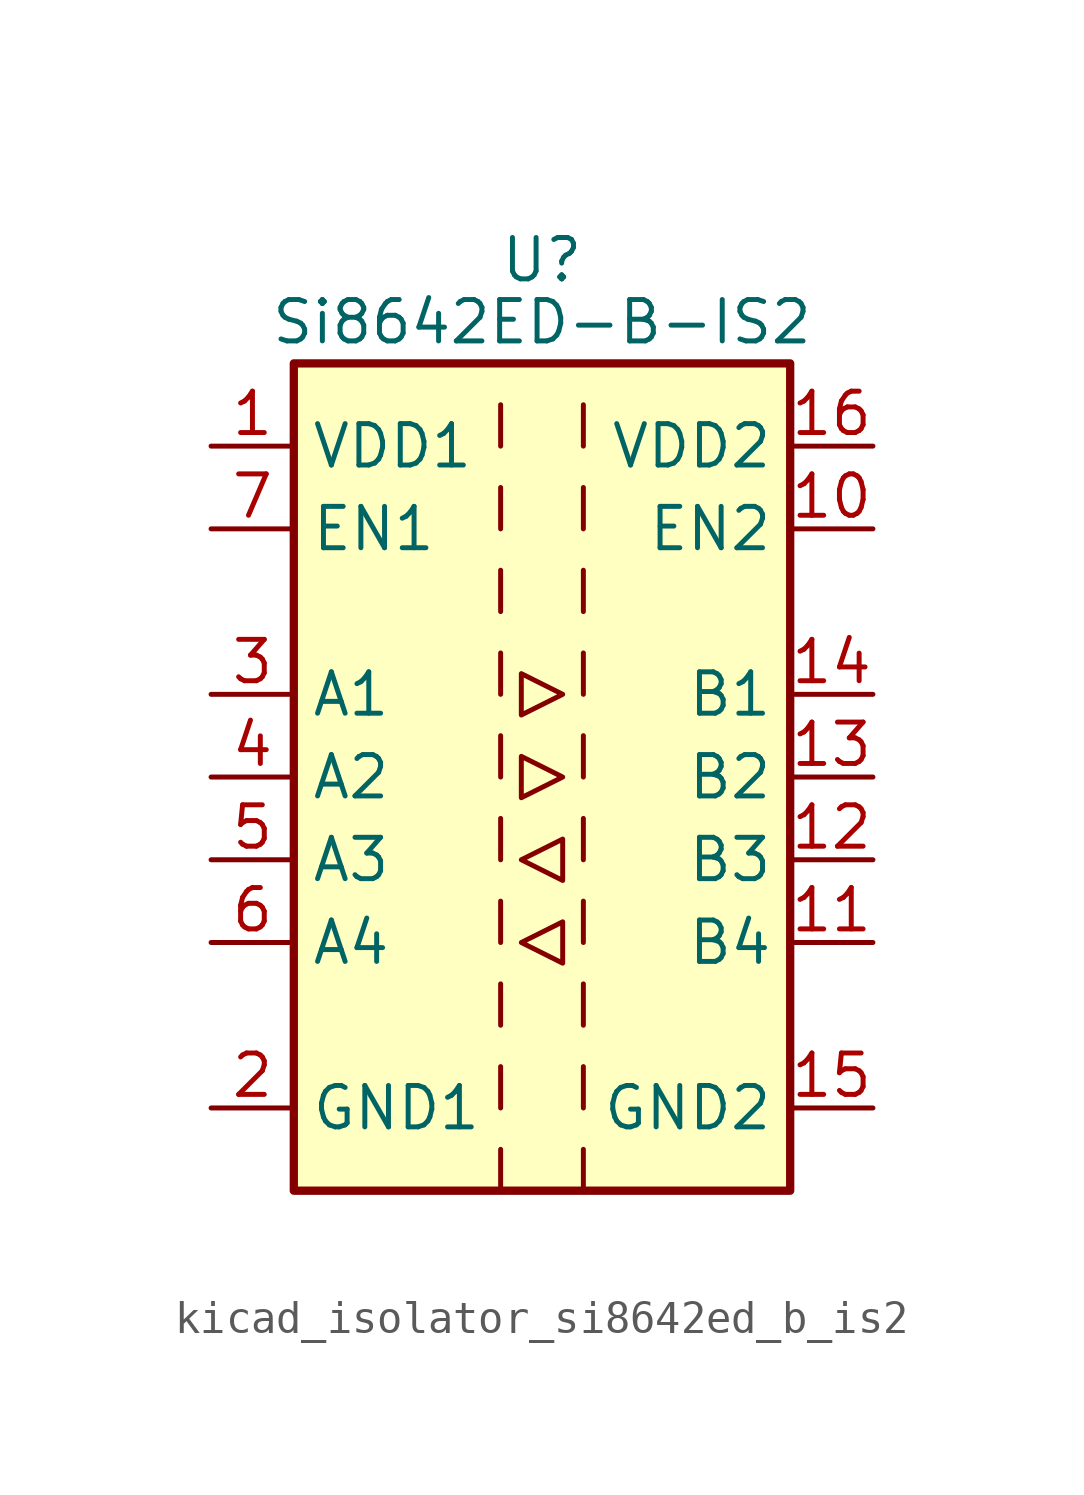
<source format=kicad_sym>
(kicad_symbol_lib
  (version 20220914)
  (generator kicad_symbol_editor)
  (symbol "kicad_isolator_si8642ed_b_is2"
    (property "Reference" "U"
      (at 0 15.875 0)
      (effects (font (size 1.27 1.27))))
    (property "Value" "Si8642ED-B-IS2"
      (at 0 13.97 0)
      (effects (font (size 1.27 1.27))))
    (symbol "kicad_isolator_si8642ed_b_is2_0_1"
      (rectangle (start -7.62 12.7) (end 7.62 -12.7) (stroke (width 0.254) (type default)) (fill (type background)))
      (polyline (pts (xy -1.27 -11.43) (xy -1.27 -12.7)) (stroke (width 0) (type default)) (fill (type none)))
      (polyline (pts (xy -1.27 -8.89) (xy -1.27 -10.16)) (stroke (width 0) (type default)) (fill (type none)))
      (polyline (pts (xy -1.27 -6.35) (xy -1.27 -7.62)) (stroke (width 0) (type default)) (fill (type none)))
      (polyline (pts (xy -1.27 -3.81) (xy -1.27 -5.08)) (stroke (width 0) (type default)) (fill (type none)))
      (polyline (pts (xy -1.27 -1.27) (xy -1.27 -2.54)) (stroke (width 0) (type default)) (fill (type none)))
      (polyline (pts (xy -1.27 1.27) (xy -1.27 0)) (stroke (width 0) (type default)) (fill (type none)))
      (polyline (pts (xy -1.27 3.81) (xy -1.27 2.54)) (stroke (width 0) (type default)) (fill (type none)))
      (polyline (pts (xy -1.27 6.35) (xy -1.27 5.08)) (stroke (width 0) (type default)) (fill (type none)))
      (polyline (pts (xy -1.27 8.89) (xy -1.27 7.62)) (stroke (width 0) (type default)) (fill (type none)))
      (polyline (pts (xy -1.27 11.43) (xy -1.27 10.16)) (stroke (width 0) (type default)) (fill (type none)))
      (polyline (pts (xy 1.27 -11.43) (xy 1.27 -12.7)) (stroke (width 0) (type default)) (fill (type none)))
      (polyline (pts (xy 1.27 -8.89) (xy 1.27 -10.16)) (stroke (width 0) (type default)) (fill (type none)))
      (polyline (pts (xy 1.27 -6.35) (xy 1.27 -7.62)) (stroke (width 0) (type default)) (fill (type none)))
      (polyline (pts (xy 1.27 -3.81) (xy 1.27 -5.08)) (stroke (width 0) (type default)) (fill (type none)))
      (polyline (pts (xy 1.27 -1.27) (xy 1.27 -2.54)) (stroke (width 0) (type default)) (fill (type none)))
      (polyline (pts (xy 1.27 1.27) (xy 1.27 0)) (stroke (width 0) (type default)) (fill (type none)))
      (polyline (pts (xy 1.27 3.81) (xy 1.27 2.54)) (stroke (width 0) (type default)) (fill (type none)))
      (polyline (pts (xy 1.27 6.35) (xy 1.27 5.08)) (stroke (width 0) (type default)) (fill (type none)))
      (polyline (pts (xy 1.27 8.89) (xy 1.27 7.62)) (stroke (width 0) (type default)) (fill (type none)))
      (polyline (pts (xy 1.27 11.43) (xy 1.27 10.16)) (stroke (width 0) (type default)) (fill (type none)))
      (polyline (pts (xy -0.635 -5.08) (xy 0.635 -4.445) (xy 0.635 -5.715) (xy -0.635 -5.08)) (stroke (width 0) (type default)) (fill (type none)))
      (polyline (pts (xy -0.635 -2.54) (xy 0.635 -1.905) (xy 0.635 -3.175) (xy -0.635 -2.54)) (stroke (width 0) (type default)) (fill (type none)))
      (polyline (pts (xy -0.635 0.635) (xy -0.635 -0.635) (xy 0.635 0) (xy -0.635 0.635)) (stroke (width 0) (type default)) (fill (type none)))
      (polyline (pts (xy -0.635 3.175) (xy -0.635 1.905) (xy 0.635 2.54) (xy -0.635 3.175)) (stroke (width 0) (type default)) (fill (type none))))
    (symbol "kicad_isolator_si8642ed_b_is2_1_1"
      (pin power_in line (at -10.16 10.16 0) (length 2.54) (name "VDD1" (effects (font (size 1.27 1.27)))) (number "1" (effects (font (size 1.27 1.27)))))
      (pin input line (at 10.16 7.62 180) (length 2.54) (name "EN2" (effects (font (size 1.27 1.27)))) (number "10" (effects (font (size 1.27 1.27)))))
      (pin input line (at 10.16 -5.08 180) (length 2.54) (name "B4" (effects (font (size 1.27 1.27)))) (number "11" (effects (font (size 1.27 1.27)))))
      (pin input line (at 10.16 -2.54 180) (length 2.54) (name "B3" (effects (font (size 1.27 1.27)))) (number "12" (effects (font (size 1.27 1.27)))))
      (pin output line (at 10.16 0 180) (length 2.54) (name "B2" (effects (font (size 1.27 1.27)))) (number "13" (effects (font (size 1.27 1.27)))))
      (pin output line (at 10.16 2.54 180) (length 2.54) (name "B1" (effects (font (size 1.27 1.27)))) (number "14" (effects (font (size 1.27 1.27)))))
      (pin power_in line (at 10.16 -10.16 180) (length 2.54) (name "GND2" (effects (font (size 1.27 1.27)))) (number "15" (effects (font (size 1.27 1.27)))))
      (pin power_in line (at 10.16 10.16 180) (length 2.54) (name "VDD2" (effects (font (size 1.27 1.27)))) (number "16" (effects (font (size 1.27 1.27)))))
      (pin power_in line (at -10.16 -10.16 0) (length 2.54) (name "GND1" (effects (font (size 1.27 1.27)))) (number "2" (effects (font (size 1.27 1.27)))))
      (pin input line (at -10.16 2.54 0) (length 2.54) (name "A1" (effects (font (size 1.27 1.27)))) (number "3" (effects (font (size 1.27 1.27)))))
      (pin input line (at -10.16 0 0) (length 2.54) (name "A2" (effects (font (size 1.27 1.27)))) (number "4" (effects (font (size 1.27 1.27)))))
      (pin output line (at -10.16 -2.54 0) (length 2.54) (name "A3" (effects (font (size 1.27 1.27)))) (number "5" (effects (font (size 1.27 1.27)))))
      (pin output line (at -10.16 -5.08 0) (length 2.54) (name "A4" (effects (font (size 1.27 1.27)))) (number "6" (effects (font (size 1.27 1.27)))))
      (pin input line (at -10.16 7.62 0) (length 2.54) (name "EN1" (effects (font (size 1.27 1.27)))) (number "7" (effects (font (size 1.27 1.27)))))
      (pin passive line (at -10.16 -10.16 0) (length 2.54) hide (name "GND1" (effects (font (size 1.27 1.27)))) (number "8" (effects (font (size 1.27 1.27)))))
      (pin passive line (at 10.16 -10.16 180) (length 2.54) hide (name "GND2" (effects (font (size 1.27 1.27)))) (number "9" (effects (font (size 1.27 1.27))))))))
</source>
